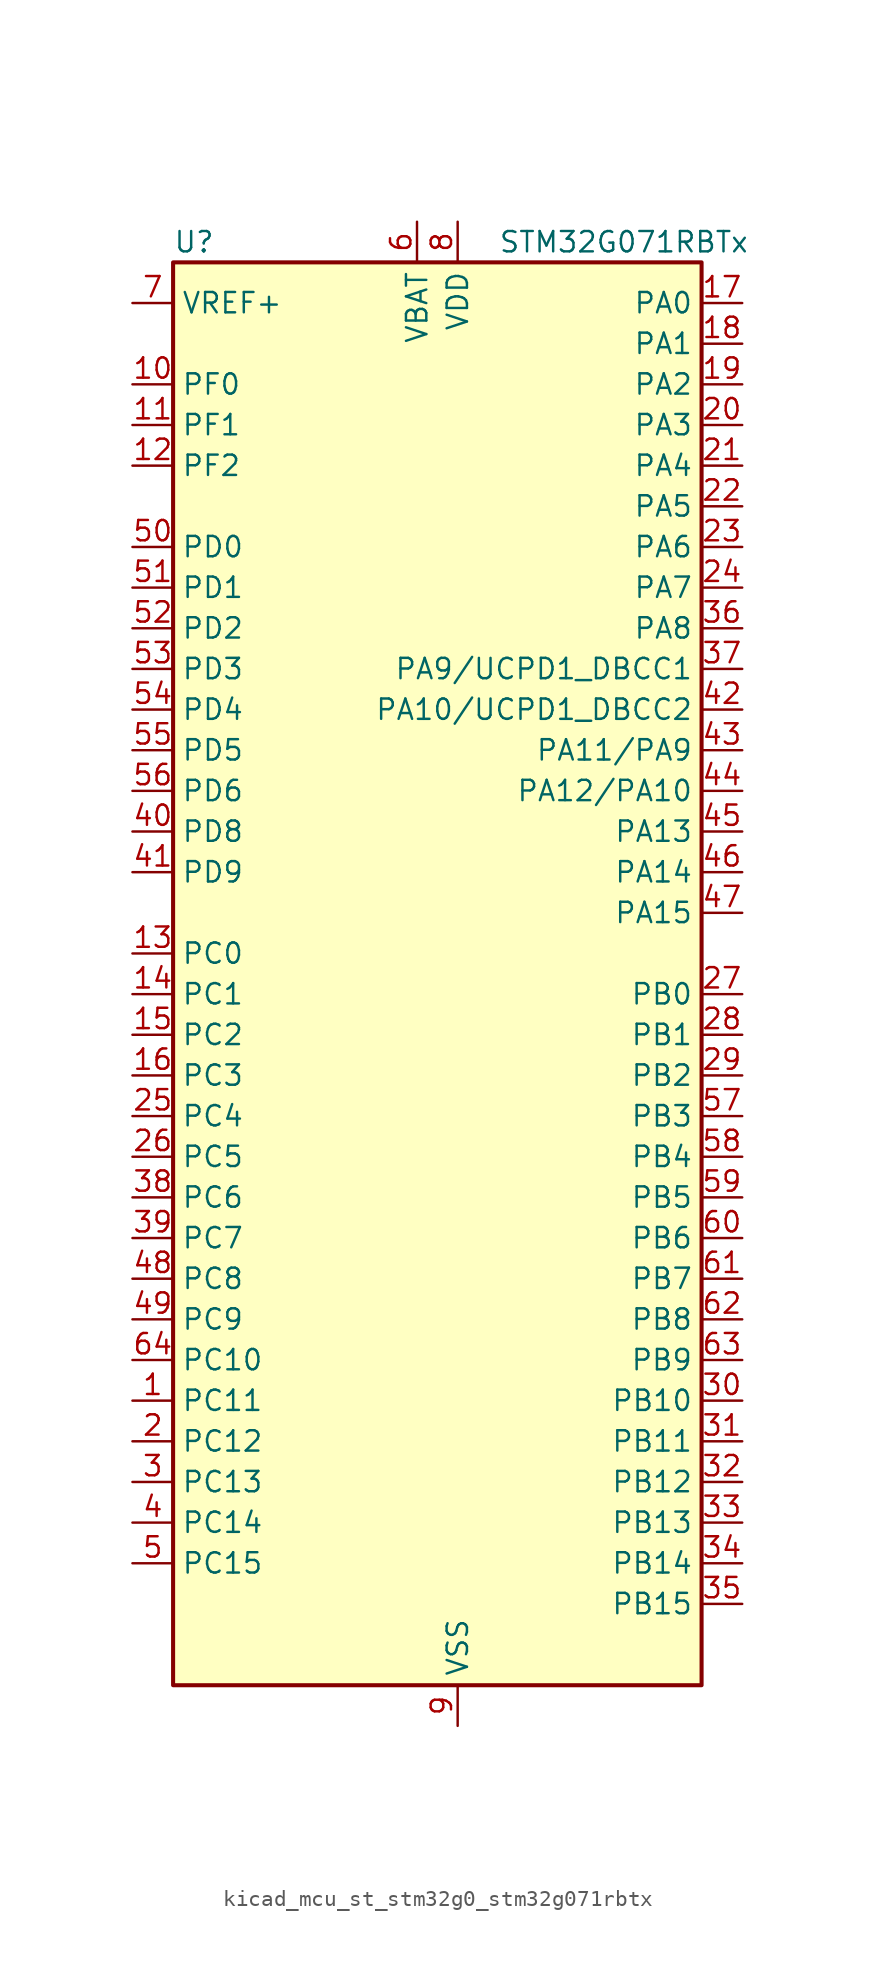
<source format=kicad_sym>
(kicad_symbol_lib
  (version 20220914)
  (generator kicad_symbol_editor)
  (symbol "kicad_mcu_st_stm32g0_stm32g071rbtx"
    (property "Reference" "U"
      (at -15.24 46.99 0)
      (effects (font (size 1.27 1.27)) (justify left)))
    (property "Value" "STM32G071RBTx"
      (at 5.08 46.99 0)
      (effects (font (size 1.27 1.27)) (justify left)))
    (property "ki_locked" ""
      (at 0 0 0)
      (effects (font (size 1.27 1.27))))
    (symbol "kicad_mcu_st_stm32g0_stm32g071rbtx_0_1"
      (rectangle (start -15.24 -43.18) (end 17.78 45.72) (stroke (width 0.254) (type default)) (fill (type background))))
    (symbol "kicad_mcu_st_stm32g0_stm32g071rbtx_1_1"
      (pin bidirectional line (at -17.78 -25.4 0) (length 2.54) (name "PC11" (effects (font (size 1.27 1.27)))) (number "1" (effects (font (size 1.27 1.27)))) (alternate "ADC1_EXTI11" bidirectional line) (alternate "TIM1_CH4" bidirectional line) (alternate "USART3_RX" bidirectional line) (alternate "USART4_RX" bidirectional line))
      (pin bidirectional line (at -17.78 38.1 0) (length 2.54) (name "PF0" (effects (font (size 1.27 1.27)))) (number "10" (effects (font (size 1.27 1.27)))) (alternate "RCC_OSC_IN" bidirectional line) (alternate "TIM14_CH1" bidirectional line))
      (pin bidirectional line (at -17.78 35.56 0) (length 2.54) (name "PF1" (effects (font (size 1.27 1.27)))) (number "11" (effects (font (size 1.27 1.27)))) (alternate "RCC_OSC_EN" bidirectional line) (alternate "RCC_OSC_OUT" bidirectional line) (alternate "TIM15_CH1N" bidirectional line))
      (pin bidirectional line (at -17.78 33.02 0) (length 2.54) (name "PF2" (effects (font (size 1.27 1.27)))) (number "12" (effects (font (size 1.27 1.27)))) (alternate "RCC_MCO" bidirectional line))
      (pin bidirectional line (at -17.78 2.54 0) (length 2.54) (name "PC0" (effects (font (size 1.27 1.27)))) (number "13" (effects (font (size 1.27 1.27)))) (alternate "LPTIM1_IN1" bidirectional line) (alternate "LPTIM2_IN1" bidirectional line) (alternate "LPUART1_RX" bidirectional line))
      (pin bidirectional line (at -17.78 0 0) (length 2.54) (name "PC1" (effects (font (size 1.27 1.27)))) (number "14" (effects (font (size 1.27 1.27)))) (alternate "LPTIM1_OUT" bidirectional line) (alternate "LPUART1_TX" bidirectional line) (alternate "TIM15_CH1" bidirectional line))
      (pin bidirectional line (at -17.78 -2.54 0) (length 2.54) (name "PC2" (effects (font (size 1.27 1.27)))) (number "15" (effects (font (size 1.27 1.27)))) (alternate "LPTIM1_IN2" bidirectional line) (alternate "SPI2_MISO" bidirectional line) (alternate "TIM15_CH2" bidirectional line))
      (pin bidirectional line (at -17.78 -5.08 0) (length 2.54) (name "PC3" (effects (font (size 1.27 1.27)))) (number "16" (effects (font (size 1.27 1.27)))) (alternate "LPTIM1_ETR" bidirectional line) (alternate "LPTIM2_ETR" bidirectional line) (alternate "SPI2_MOSI" bidirectional line))
      (pin bidirectional line (at 20.32 43.18 180) (length 2.54) (name "PA0" (effects (font (size 1.27 1.27)))) (number "17" (effects (font (size 1.27 1.27)))) (alternate "ADC1_IN0" bidirectional line) (alternate "COMP1_INM" bidirectional line) (alternate "COMP1_OUT" bidirectional line) (alternate "LPTIM1_OUT" bidirectional line) (alternate "RTC_TAMP_IN2" bidirectional line) (alternate "SPI2_SCK" bidirectional line) (alternate "SYS_WKUP1" bidirectional line) (alternate "TIM2_CH1" bidirectional line) (alternate "TIM2_ETR" bidirectional line) (alternate "UCPD2_FRSTX1" bidirectional line) (alternate "UCPD2_FRSTX2" bidirectional line) (alternate "USART2_CTS" bidirectional line) (alternate "USART2_NSS" bidirectional line) (alternate "USART4_TX" bidirectional line))
      (pin bidirectional line (at 20.32 40.64 180) (length 2.54) (name "PA1" (effects (font (size 1.27 1.27)))) (number "18" (effects (font (size 1.27 1.27)))) (alternate "ADC1_IN1" bidirectional line) (alternate "COMP1_INP" bidirectional line) (alternate "I2C1_SMBA" bidirectional line) (alternate "I2S1_CK" bidirectional line) (alternate "SPI1_SCK" bidirectional line) (alternate "TIM15_CH1N" bidirectional line) (alternate "TIM2_CH2" bidirectional line) (alternate "USART2_CK" bidirectional line) (alternate "USART2_DE" bidirectional line) (alternate "USART2_RTS" bidirectional line) (alternate "USART4_RX" bidirectional line))
      (pin bidirectional line (at 20.32 38.1 180) (length 2.54) (name "PA2" (effects (font (size 1.27 1.27)))) (number "19" (effects (font (size 1.27 1.27)))) (alternate "ADC1_IN2" bidirectional line) (alternate "COMP2_INM" bidirectional line) (alternate "COMP2_OUT" bidirectional line) (alternate "I2S1_SD" bidirectional line) (alternate "LPUART1_TX" bidirectional line) (alternate "RCC_LSCO" bidirectional line) (alternate "SPI1_MOSI" bidirectional line) (alternate "SYS_WKUP4" bidirectional line) (alternate "TIM15_CH1" bidirectional line) (alternate "TIM2_CH3" bidirectional line) (alternate "UCPD1_FRSTX1" bidirectional line) (alternate "UCPD1_FRSTX2" bidirectional line) (alternate "USART2_TX" bidirectional line))
      (pin bidirectional line (at -17.78 -27.94 0) (length 2.54) (name "PC12" (effects (font (size 1.27 1.27)))) (number "2" (effects (font (size 1.27 1.27)))) (alternate "LPTIM1_IN1" bidirectional line) (alternate "TIM14_CH1" bidirectional line) (alternate "UCPD1_FRSTX1" bidirectional line) (alternate "UCPD1_FRSTX2" bidirectional line))
      (pin bidirectional line (at 20.32 35.56 180) (length 2.54) (name "PA3" (effects (font (size 1.27 1.27)))) (number "20" (effects (font (size 1.27 1.27)))) (alternate "ADC1_IN3" bidirectional line) (alternate "COMP2_INP" bidirectional line) (alternate "LPUART1_RX" bidirectional line) (alternate "SPI2_MISO" bidirectional line) (alternate "TIM15_CH2" bidirectional line) (alternate "TIM2_CH4" bidirectional line) (alternate "UCPD2_FRSTX1" bidirectional line) (alternate "UCPD2_FRSTX2" bidirectional line) (alternate "USART2_RX" bidirectional line))
      (pin bidirectional line (at 20.32 33.02 180) (length 2.54) (name "PA4" (effects (font (size 1.27 1.27)))) (number "21" (effects (font (size 1.27 1.27)))) (alternate "ADC1_IN4" bidirectional line) (alternate "DAC1_OUT1" bidirectional line) (alternate "I2S1_WS" bidirectional line) (alternate "LPTIM2_OUT" bidirectional line) (alternate "RTC_OUT_ALARM" bidirectional line) (alternate "RTC_OUT_CALIB" bidirectional line) (alternate "SPI1_NSS" bidirectional line) (alternate "SPI2_MOSI" bidirectional line) (alternate "TIM14_CH1" bidirectional line) (alternate "UCPD2_FRSTX1" bidirectional line) (alternate "UCPD2_FRSTX2" bidirectional line))
      (pin bidirectional line (at 20.32 30.48 180) (length 2.54) (name "PA5" (effects (font (size 1.27 1.27)))) (number "22" (effects (font (size 1.27 1.27)))) (alternate "ADC1_IN5" bidirectional line) (alternate "CEC" bidirectional line) (alternate "DAC1_OUT2" bidirectional line) (alternate "I2S1_CK" bidirectional line) (alternate "LPTIM2_ETR" bidirectional line) (alternate "SPI1_SCK" bidirectional line) (alternate "TIM2_CH1" bidirectional line) (alternate "TIM2_ETR" bidirectional line) (alternate "UCPD1_FRSTX1" bidirectional line) (alternate "UCPD1_FRSTX2" bidirectional line) (alternate "USART3_TX" bidirectional line))
      (pin bidirectional line (at 20.32 27.94 180) (length 2.54) (name "PA6" (effects (font (size 1.27 1.27)))) (number "23" (effects (font (size 1.27 1.27)))) (alternate "ADC1_IN6" bidirectional line) (alternate "COMP1_OUT" bidirectional line) (alternate "I2S1_MCK" bidirectional line) (alternate "LPUART1_CTS" bidirectional line) (alternate "SPI1_MISO" bidirectional line) (alternate "TIM16_CH1" bidirectional line) (alternate "TIM1_BK" bidirectional line) (alternate "TIM3_CH1" bidirectional line) (alternate "USART3_CTS" bidirectional line) (alternate "USART3_NSS" bidirectional line))
      (pin bidirectional line (at 20.32 25.4 180) (length 2.54) (name "PA7" (effects (font (size 1.27 1.27)))) (number "24" (effects (font (size 1.27 1.27)))) (alternate "ADC1_IN7" bidirectional line) (alternate "COMP2_OUT" bidirectional line) (alternate "I2S1_SD" bidirectional line) (alternate "SPI1_MOSI" bidirectional line) (alternate "TIM14_CH1" bidirectional line) (alternate "TIM17_CH1" bidirectional line) (alternate "TIM1_CH1N" bidirectional line) (alternate "TIM3_CH2" bidirectional line) (alternate "UCPD1_FRSTX1" bidirectional line) (alternate "UCPD1_FRSTX2" bidirectional line))
      (pin bidirectional line (at -17.78 -7.62 0) (length 2.54) (name "PC4" (effects (font (size 1.27 1.27)))) (number "25" (effects (font (size 1.27 1.27)))) (alternate "ADC1_IN17" bidirectional line) (alternate "COMP1_INM" bidirectional line) (alternate "TIM2_CH1" bidirectional line) (alternate "TIM2_ETR" bidirectional line) (alternate "USART1_TX" bidirectional line) (alternate "USART3_TX" bidirectional line))
      (pin bidirectional line (at -17.78 -10.16 0) (length 2.54) (name "PC5" (effects (font (size 1.27 1.27)))) (number "26" (effects (font (size 1.27 1.27)))) (alternate "ADC1_IN18" bidirectional line) (alternate "COMP1_INP" bidirectional line) (alternate "SYS_WKUP5" bidirectional line) (alternate "TIM2_CH2" bidirectional line) (alternate "USART1_RX" bidirectional line) (alternate "USART3_RX" bidirectional line))
      (pin bidirectional line (at 20.32 0 180) (length 2.54) (name "PB0" (effects (font (size 1.27 1.27)))) (number "27" (effects (font (size 1.27 1.27)))) (alternate "ADC1_IN8" bidirectional line) (alternate "COMP1_OUT" bidirectional line) (alternate "I2S1_WS" bidirectional line) (alternate "LPTIM1_OUT" bidirectional line) (alternate "SPI1_NSS" bidirectional line) (alternate "TIM1_CH2N" bidirectional line) (alternate "TIM3_CH3" bidirectional line) (alternate "UCPD1_FRSTX1" bidirectional line) (alternate "UCPD1_FRSTX2" bidirectional line) (alternate "USART3_RX" bidirectional line))
      (pin bidirectional line (at 20.32 -2.54 180) (length 2.54) (name "PB1" (effects (font (size 1.27 1.27)))) (number "28" (effects (font (size 1.27 1.27)))) (alternate "ADC1_IN9" bidirectional line) (alternate "COMP1_INM" bidirectional line) (alternate "LPTIM2_IN1" bidirectional line) (alternate "LPUART1_DE" bidirectional line) (alternate "LPUART1_RTS" bidirectional line) (alternate "TIM14_CH1" bidirectional line) (alternate "TIM1_CH3N" bidirectional line) (alternate "TIM3_CH4" bidirectional line) (alternate "USART3_CK" bidirectional line) (alternate "USART3_DE" bidirectional line) (alternate "USART3_RTS" bidirectional line))
      (pin bidirectional line (at 20.32 -5.08 180) (length 2.54) (name "PB2" (effects (font (size 1.27 1.27)))) (number "29" (effects (font (size 1.27 1.27)))) (alternate "ADC1_IN10" bidirectional line) (alternate "COMP1_INP" bidirectional line) (alternate "LPTIM1_OUT" bidirectional line) (alternate "SPI2_MISO" bidirectional line) (alternate "USART3_TX" bidirectional line))
      (pin bidirectional line (at -17.78 -30.48 0) (length 2.54) (name "PC13" (effects (font (size 1.27 1.27)))) (number "3" (effects (font (size 1.27 1.27)))) (alternate "RTC_OUT_ALARM" bidirectional line) (alternate "RTC_OUT_CALIB" bidirectional line) (alternate "RTC_TAMP_IN1" bidirectional line) (alternate "RTC_TS" bidirectional line) (alternate "SYS_WKUP2" bidirectional line) (alternate "TIM1_BK" bidirectional line))
      (pin bidirectional line (at 20.32 -25.4 180) (length 2.54) (name "PB10" (effects (font (size 1.27 1.27)))) (number "30" (effects (font (size 1.27 1.27)))) (alternate "ADC1_IN11" bidirectional line) (alternate "CEC" bidirectional line) (alternate "COMP1_OUT" bidirectional line) (alternate "I2C2_SCL" bidirectional line) (alternate "LPUART1_RX" bidirectional line) (alternate "SPI2_SCK" bidirectional line) (alternate "TIM2_CH3" bidirectional line) (alternate "USART3_TX" bidirectional line))
      (pin bidirectional line (at 20.32 -27.94 180) (length 2.54) (name "PB11" (effects (font (size 1.27 1.27)))) (number "31" (effects (font (size 1.27 1.27)))) (alternate "ADC1_EXTI11" bidirectional line) (alternate "ADC1_IN15" bidirectional line) (alternate "COMP2_OUT" bidirectional line) (alternate "I2C2_SDA" bidirectional line) (alternate "LPUART1_TX" bidirectional line) (alternate "SPI2_MOSI" bidirectional line) (alternate "TIM2_CH4" bidirectional line) (alternate "USART3_RX" bidirectional line))
      (pin bidirectional line (at 20.32 -30.48 180) (length 2.54) (name "PB12" (effects (font (size 1.27 1.27)))) (number "32" (effects (font (size 1.27 1.27)))) (alternate "ADC1_IN16" bidirectional line) (alternate "LPUART1_DE" bidirectional line) (alternate "LPUART1_RTS" bidirectional line) (alternate "SPI2_NSS" bidirectional line) (alternate "TIM15_BK" bidirectional line) (alternate "TIM1_BK" bidirectional line) (alternate "UCPD2_FRSTX1" bidirectional line) (alternate "UCPD2_FRSTX2" bidirectional line))
      (pin bidirectional line (at 20.32 -33.02 180) (length 2.54) (name "PB13" (effects (font (size 1.27 1.27)))) (number "33" (effects (font (size 1.27 1.27)))) (alternate "I2C2_SCL" bidirectional line) (alternate "LPUART1_CTS" bidirectional line) (alternate "SPI2_SCK" bidirectional line) (alternate "TIM15_CH1N" bidirectional line) (alternate "TIM1_CH1N" bidirectional line) (alternate "USART3_CTS" bidirectional line) (alternate "USART3_NSS" bidirectional line))
      (pin bidirectional line (at 20.32 -35.56 180) (length 2.54) (name "PB14" (effects (font (size 1.27 1.27)))) (number "34" (effects (font (size 1.27 1.27)))) (alternate "I2C2_SDA" bidirectional line) (alternate "SPI2_MISO" bidirectional line) (alternate "TIM15_CH1" bidirectional line) (alternate "TIM1_CH2N" bidirectional line) (alternate "UCPD1_FRSTX1" bidirectional line) (alternate "UCPD1_FRSTX2" bidirectional line) (alternate "USART3_CK" bidirectional line) (alternate "USART3_DE" bidirectional line) (alternate "USART3_RTS" bidirectional line))
      (pin bidirectional line (at 20.32 -38.1 180) (length 2.54) (name "PB15" (effects (font (size 1.27 1.27)))) (number "35" (effects (font (size 1.27 1.27)))) (alternate "RTC_REFIN" bidirectional line) (alternate "SPI2_MOSI" bidirectional line) (alternate "TIM15_CH1N" bidirectional line) (alternate "TIM15_CH2" bidirectional line) (alternate "TIM1_CH3N" bidirectional line) (alternate "UCPD1_CC2" bidirectional line))
      (pin bidirectional line (at 20.32 22.86 180) (length 2.54) (name "PA8" (effects (font (size 1.27 1.27)))) (number "36" (effects (font (size 1.27 1.27)))) (alternate "LPTIM2_OUT" bidirectional line) (alternate "RCC_MCO" bidirectional line) (alternate "SPI2_NSS" bidirectional line) (alternate "TIM1_CH1" bidirectional line) (alternate "UCPD1_CC1" bidirectional line))
      (pin bidirectional line (at 20.32 20.32 180) (length 2.54) (name "PA9/UCPD1_DBCC1" (effects (font (size 1.27 1.27)))) (number "37" (effects (font (size 1.27 1.27)))) (alternate "DAC1_EXTI9" bidirectional line) (alternate "I2C1_SCL" bidirectional line) (alternate "RCC_MCO" bidirectional line) (alternate "SPI2_MISO" bidirectional line) (alternate "TIM15_BK" bidirectional line) (alternate "TIM1_CH2" bidirectional line) (alternate "UCPD1_DBCC1" bidirectional line) (alternate "USART1_TX" bidirectional line))
      (pin bidirectional line (at -17.78 -12.7 0) (length 2.54) (name "PC6" (effects (font (size 1.27 1.27)))) (number "38" (effects (font (size 1.27 1.27)))) (alternate "TIM2_CH3" bidirectional line) (alternate "TIM3_CH1" bidirectional line) (alternate "UCPD1_FRSTX1" bidirectional line) (alternate "UCPD1_FRSTX2" bidirectional line))
      (pin bidirectional line (at -17.78 -15.24 0) (length 2.54) (name "PC7" (effects (font (size 1.27 1.27)))) (number "39" (effects (font (size 1.27 1.27)))) (alternate "TIM2_CH4" bidirectional line) (alternate "TIM3_CH2" bidirectional line) (alternate "UCPD2_FRSTX1" bidirectional line) (alternate "UCPD2_FRSTX2" bidirectional line))
      (pin bidirectional line (at -17.78 -33.02 0) (length 2.54) (name "PC14" (effects (font (size 1.27 1.27)))) (number "4" (effects (font (size 1.27 1.27)))) (alternate "RCC_OSC32_IN" bidirectional line) (alternate "TIM1_BK2" bidirectional line))
      (pin bidirectional line (at -17.78 10.16 0) (length 2.54) (name "PD8" (effects (font (size 1.27 1.27)))) (number "40" (effects (font (size 1.27 1.27)))) (alternate "I2S1_CK" bidirectional line) (alternate "LPTIM1_OUT" bidirectional line) (alternate "SPI1_SCK" bidirectional line) (alternate "USART3_TX" bidirectional line))
      (pin bidirectional line (at -17.78 7.62 0) (length 2.54) (name "PD9" (effects (font (size 1.27 1.27)))) (number "41" (effects (font (size 1.27 1.27)))) (alternate "DAC1_EXTI9" bidirectional line) (alternate "I2S1_WS" bidirectional line) (alternate "SPI1_NSS" bidirectional line) (alternate "TIM1_BK2" bidirectional line) (alternate "USART3_RX" bidirectional line))
      (pin bidirectional line (at 20.32 17.78 180) (length 2.54) (name "PA10/UCPD1_DBCC2" (effects (font (size 1.27 1.27)))) (number "42" (effects (font (size 1.27 1.27)))) (alternate "I2C1_SDA" bidirectional line) (alternate "SPI2_MOSI" bidirectional line) (alternate "TIM17_BK" bidirectional line) (alternate "TIM1_CH3" bidirectional line) (alternate "UCPD1_DBCC2" bidirectional line) (alternate "USART1_RX" bidirectional line))
      (pin bidirectional line (at 20.32 15.24 180) (length 2.54) (name "PA11/PA9" (effects (font (size 1.27 1.27)))) (number "43" (effects (font (size 1.27 1.27)))) (alternate "ADC1_EXTI11" bidirectional line) (alternate "COMP1_OUT" bidirectional line) (alternate "I2C2_SCL" bidirectional line) (alternate "I2S1_MCK" bidirectional line) (alternate "SPI1_MISO" bidirectional line) (alternate "TIM1_BK2" bidirectional line) (alternate "TIM1_CH4" bidirectional line) (alternate "USART1_CTS" bidirectional line) (alternate "USART1_NSS" bidirectional line))
      (pin bidirectional line (at 20.32 12.7 180) (length 2.54) (name "PA12/PA10" (effects (font (size 1.27 1.27)))) (number "44" (effects (font (size 1.27 1.27)))) (alternate "COMP2_OUT" bidirectional line) (alternate "I2C2_SDA" bidirectional line) (alternate "I2S1_SD" bidirectional line) (alternate "I2S_CKIN" bidirectional line) (alternate "SPI1_MOSI" bidirectional line) (alternate "TIM1_ETR" bidirectional line) (alternate "USART1_CK" bidirectional line) (alternate "USART1_DE" bidirectional line) (alternate "USART1_RTS" bidirectional line))
      (pin bidirectional line (at 20.32 10.16 180) (length 2.54) (name "PA13" (effects (font (size 1.27 1.27)))) (number "45" (effects (font (size 1.27 1.27)))) (alternate "IR_OUT" bidirectional line) (alternate "SYS_SWDIO" bidirectional line))
      (pin bidirectional line (at 20.32 7.62 180) (length 2.54) (name "PA14" (effects (font (size 1.27 1.27)))) (number "46" (effects (font (size 1.27 1.27)))) (alternate "SYS_SWCLK" bidirectional line) (alternate "USART2_TX" bidirectional line))
      (pin bidirectional line (at 20.32 5.08 180) (length 2.54) (name "PA15" (effects (font (size 1.27 1.27)))) (number "47" (effects (font (size 1.27 1.27)))) (alternate "I2S1_WS" bidirectional line) (alternate "SPI1_NSS" bidirectional line) (alternate "TIM2_CH1" bidirectional line) (alternate "TIM2_ETR" bidirectional line) (alternate "USART2_RX" bidirectional line) (alternate "USART3_CK" bidirectional line) (alternate "USART3_DE" bidirectional line) (alternate "USART3_RTS" bidirectional line) (alternate "USART4_CK" bidirectional line) (alternate "USART4_DE" bidirectional line) (alternate "USART4_RTS" bidirectional line))
      (pin bidirectional line (at -17.78 -17.78 0) (length 2.54) (name "PC8" (effects (font (size 1.27 1.27)))) (number "48" (effects (font (size 1.27 1.27)))) (alternate "TIM1_CH1" bidirectional line) (alternate "TIM3_CH3" bidirectional line) (alternate "UCPD2_FRSTX1" bidirectional line) (alternate "UCPD2_FRSTX2" bidirectional line))
      (pin bidirectional line (at -17.78 -20.32 0) (length 2.54) (name "PC9" (effects (font (size 1.27 1.27)))) (number "49" (effects (font (size 1.27 1.27)))) (alternate "DAC1_EXTI9" bidirectional line) (alternate "I2S_CKIN" bidirectional line) (alternate "TIM1_CH2" bidirectional line) (alternate "TIM3_CH4" bidirectional line))
      (pin bidirectional line (at -17.78 -35.56 0) (length 2.54) (name "PC15" (effects (font (size 1.27 1.27)))) (number "5" (effects (font (size 1.27 1.27)))) (alternate "RCC_OSC32_EN" bidirectional line) (alternate "RCC_OSC32_OUT" bidirectional line) (alternate "RCC_OSC_EN" bidirectional line) (alternate "TIM15_BK" bidirectional line))
      (pin bidirectional line (at -17.78 27.94 0) (length 2.54) (name "PD0" (effects (font (size 1.27 1.27)))) (number "50" (effects (font (size 1.27 1.27)))) (alternate "SPI2_NSS" bidirectional line) (alternate "TIM16_CH1" bidirectional line) (alternate "UCPD2_CC1" bidirectional line))
      (pin bidirectional line (at -17.78 25.4 0) (length 2.54) (name "PD1" (effects (font (size 1.27 1.27)))) (number "51" (effects (font (size 1.27 1.27)))) (alternate "SPI2_SCK" bidirectional line) (alternate "TIM17_CH1" bidirectional line) (alternate "UCPD2_DBCC1" bidirectional line))
      (pin bidirectional line (at -17.78 22.86 0) (length 2.54) (name "PD2" (effects (font (size 1.27 1.27)))) (number "52" (effects (font (size 1.27 1.27)))) (alternate "TIM1_CH1N" bidirectional line) (alternate "TIM3_ETR" bidirectional line) (alternate "UCPD2_CC2" bidirectional line) (alternate "USART3_CK" bidirectional line) (alternate "USART3_DE" bidirectional line) (alternate "USART3_RTS" bidirectional line))
      (pin bidirectional line (at -17.78 20.32 0) (length 2.54) (name "PD3" (effects (font (size 1.27 1.27)))) (number "53" (effects (font (size 1.27 1.27)))) (alternate "SPI2_MISO" bidirectional line) (alternate "TIM1_CH2N" bidirectional line) (alternate "UCPD2_DBCC2" bidirectional line) (alternate "USART2_CTS" bidirectional line) (alternate "USART2_NSS" bidirectional line))
      (pin bidirectional line (at -17.78 17.78 0) (length 2.54) (name "PD4" (effects (font (size 1.27 1.27)))) (number "54" (effects (font (size 1.27 1.27)))) (alternate "SPI2_MOSI" bidirectional line) (alternate "TIM1_CH3N" bidirectional line) (alternate "USART2_CK" bidirectional line) (alternate "USART2_DE" bidirectional line) (alternate "USART2_RTS" bidirectional line))
      (pin bidirectional line (at -17.78 15.24 0) (length 2.54) (name "PD5" (effects (font (size 1.27 1.27)))) (number "55" (effects (font (size 1.27 1.27)))) (alternate "I2S1_MCK" bidirectional line) (alternate "SPI1_MISO" bidirectional line) (alternate "TIM1_BK" bidirectional line) (alternate "USART2_TX" bidirectional line))
      (pin bidirectional line (at -17.78 12.7 0) (length 2.54) (name "PD6" (effects (font (size 1.27 1.27)))) (number "56" (effects (font (size 1.27 1.27)))) (alternate "I2S1_SD" bidirectional line) (alternate "LPTIM2_OUT" bidirectional line) (alternate "SPI1_MOSI" bidirectional line) (alternate "USART2_RX" bidirectional line))
      (pin bidirectional line (at 20.32 -7.62 180) (length 2.54) (name "PB3" (effects (font (size 1.27 1.27)))) (number "57" (effects (font (size 1.27 1.27)))) (alternate "COMP2_INM" bidirectional line) (alternate "I2S1_CK" bidirectional line) (alternate "SPI1_SCK" bidirectional line) (alternate "TIM1_CH2" bidirectional line) (alternate "TIM2_CH2" bidirectional line) (alternate "USART1_CK" bidirectional line) (alternate "USART1_DE" bidirectional line) (alternate "USART1_RTS" bidirectional line))
      (pin bidirectional line (at 20.32 -10.16 180) (length 2.54) (name "PB4" (effects (font (size 1.27 1.27)))) (number "58" (effects (font (size 1.27 1.27)))) (alternate "COMP2_INP" bidirectional line) (alternate "I2S1_MCK" bidirectional line) (alternate "SPI1_MISO" bidirectional line) (alternate "TIM17_BK" bidirectional line) (alternate "TIM3_CH1" bidirectional line) (alternate "USART1_CTS" bidirectional line) (alternate "USART1_NSS" bidirectional line))
      (pin bidirectional line (at 20.32 -12.7 180) (length 2.54) (name "PB5" (effects (font (size 1.27 1.27)))) (number "59" (effects (font (size 1.27 1.27)))) (alternate "COMP2_OUT" bidirectional line) (alternate "I2C1_SMBA" bidirectional line) (alternate "I2S1_SD" bidirectional line) (alternate "LPTIM1_IN1" bidirectional line) (alternate "SPI1_MOSI" bidirectional line) (alternate "SYS_WKUP6" bidirectional line) (alternate "TIM16_BK" bidirectional line) (alternate "TIM3_CH2" bidirectional line))
      (pin power_in line (at 0 48.26 270) (length 2.54) (name "VBAT" (effects (font (size 1.27 1.27)))) (number "6" (effects (font (size 1.27 1.27)))))
      (pin bidirectional line (at 20.32 -15.24 180) (length 2.54) (name "PB6" (effects (font (size 1.27 1.27)))) (number "60" (effects (font (size 1.27 1.27)))) (alternate "COMP2_INP" bidirectional line) (alternate "I2C1_SCL" bidirectional line) (alternate "LPTIM1_ETR" bidirectional line) (alternate "SPI2_MISO" bidirectional line) (alternate "TIM16_CH1N" bidirectional line) (alternate "TIM1_CH3" bidirectional line) (alternate "USART1_TX" bidirectional line))
      (pin bidirectional line (at 20.32 -17.78 180) (length 2.54) (name "PB7" (effects (font (size 1.27 1.27)))) (number "61" (effects (font (size 1.27 1.27)))) (alternate "COMP2_INM" bidirectional line) (alternate "I2C1_SDA" bidirectional line) (alternate "LPTIM1_IN2" bidirectional line) (alternate "SPI2_MOSI" bidirectional line) (alternate "SYS_PVD_IN" bidirectional line) (alternate "TIM17_CH1N" bidirectional line) (alternate "USART1_RX" bidirectional line) (alternate "USART4_CTS" bidirectional line) (alternate "USART4_NSS" bidirectional line))
      (pin bidirectional line (at 20.32 -20.32 180) (length 2.54) (name "PB8" (effects (font (size 1.27 1.27)))) (number "62" (effects (font (size 1.27 1.27)))) (alternate "CEC" bidirectional line) (alternate "I2C1_SCL" bidirectional line) (alternate "SPI2_SCK" bidirectional line) (alternate "TIM15_BK" bidirectional line) (alternate "TIM16_CH1" bidirectional line) (alternate "USART3_TX" bidirectional line))
      (pin bidirectional line (at 20.32 -22.86 180) (length 2.54) (name "PB9" (effects (font (size 1.27 1.27)))) (number "63" (effects (font (size 1.27 1.27)))) (alternate "DAC1_EXTI9" bidirectional line) (alternate "I2C1_SDA" bidirectional line) (alternate "IR_OUT" bidirectional line) (alternate "SPI2_NSS" bidirectional line) (alternate "TIM17_CH1" bidirectional line) (alternate "UCPD2_FRSTX1" bidirectional line) (alternate "UCPD2_FRSTX2" bidirectional line) (alternate "USART3_RX" bidirectional line))
      (pin bidirectional line (at -17.78 -22.86 0) (length 2.54) (name "PC10" (effects (font (size 1.27 1.27)))) (number "64" (effects (font (size 1.27 1.27)))) (alternate "TIM1_CH3" bidirectional line) (alternate "USART3_TX" bidirectional line) (alternate "USART4_TX" bidirectional line))
      (pin input line (at -17.78 43.18 0) (length 2.54) (name "VREF+" (effects (font (size 1.27 1.27)))) (number "7" (effects (font (size 1.27 1.27)))) (alternate "VREFBUF_OUT" bidirectional line))
      (pin power_in line (at 2.54 48.26 270) (length 2.54) (name "VDD" (effects (font (size 1.27 1.27)))) (number "8" (effects (font (size 1.27 1.27)))))
      (pin power_in line (at 2.54 -45.72 90) (length 2.54) (name "VSS" (effects (font (size 1.27 1.27)))) (number "9" (effects (font (size 1.27 1.27))))))))
</source>
